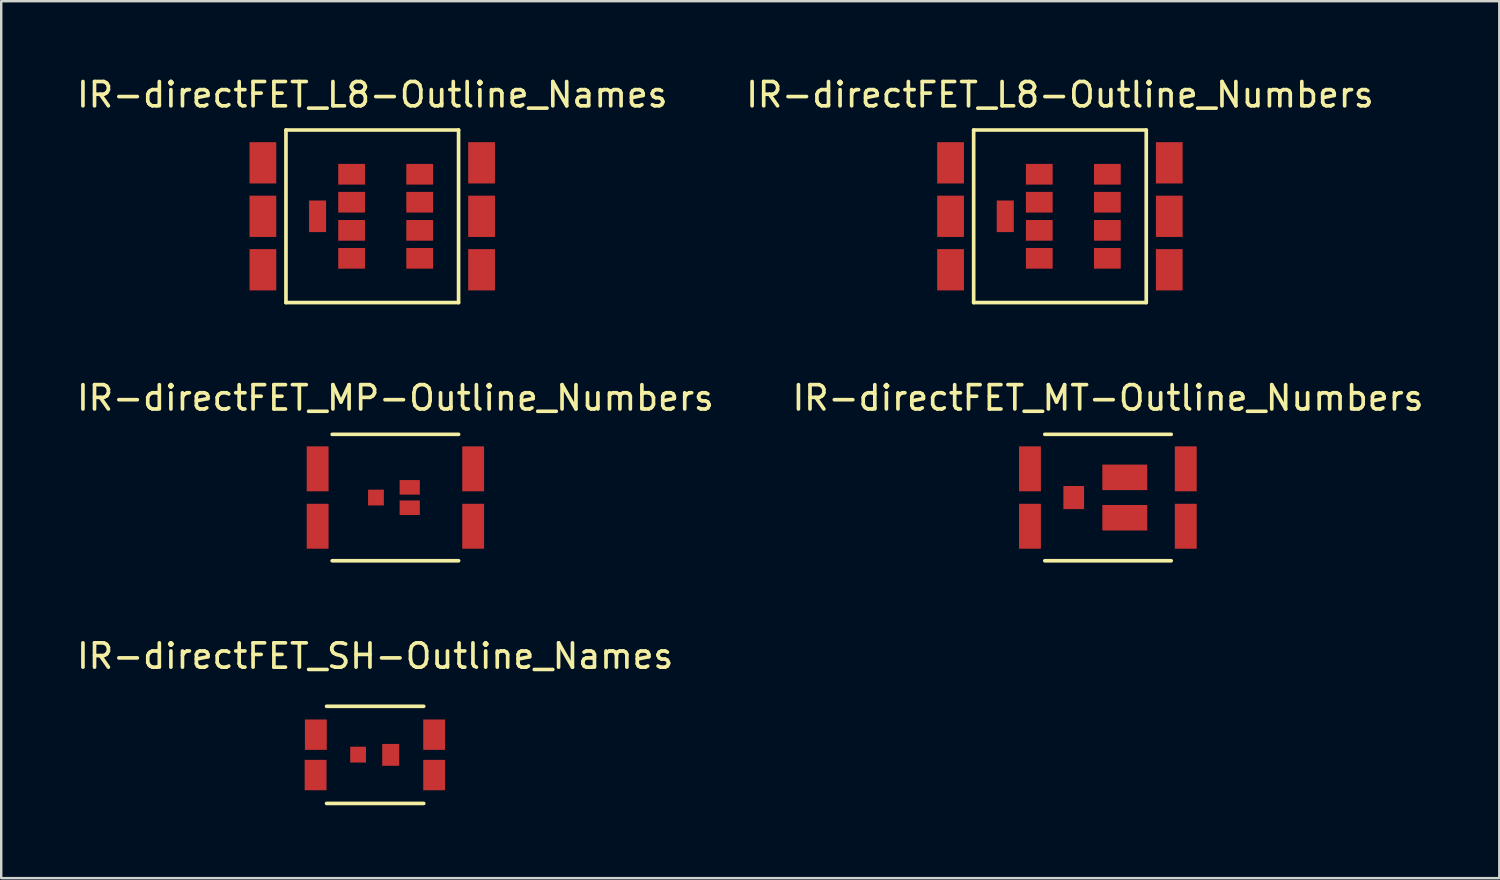
<source format=kicad_pcb>
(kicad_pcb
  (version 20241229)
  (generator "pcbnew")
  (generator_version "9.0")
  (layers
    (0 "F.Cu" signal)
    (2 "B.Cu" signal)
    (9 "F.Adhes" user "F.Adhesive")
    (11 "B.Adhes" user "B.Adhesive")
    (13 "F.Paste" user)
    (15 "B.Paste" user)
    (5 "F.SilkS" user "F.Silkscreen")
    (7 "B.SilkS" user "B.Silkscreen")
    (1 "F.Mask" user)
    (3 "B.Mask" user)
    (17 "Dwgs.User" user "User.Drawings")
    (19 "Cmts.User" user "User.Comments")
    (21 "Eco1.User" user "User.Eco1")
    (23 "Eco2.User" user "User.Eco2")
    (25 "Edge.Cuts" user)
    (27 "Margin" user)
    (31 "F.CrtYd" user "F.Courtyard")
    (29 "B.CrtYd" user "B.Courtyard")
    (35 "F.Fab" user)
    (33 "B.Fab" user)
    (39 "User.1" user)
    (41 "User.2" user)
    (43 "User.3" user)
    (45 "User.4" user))
  (footprint "IR-directFET_MT-Outline_Numbers"
    (layer "F.Cu")
    (at 42.542 17.423)
    (property "Reference" "IR-directFET_MT-Outline_Numbers" (at 0 -4.1 0) (layer "F.SilkS") (effects (font (size 1 1) (thickness 0.15))))
    (attr through_hole)
    (fp_line (start -2.601 -2.601) (end 2.601 -2.601) (stroke (width 0.15) (type solid)) (layer "F.SilkS"))
    (fp_line (start 2.601 2.601) (end -2.601 2.601) (stroke (width 0.15) (type solid)) (layer "F.SilkS"))
    (pad "1" smd rect (at 3.2 -1.181) (size 0.899 1.849) (layers "F.Cu" "F.Mask" "F.Paste"))
    (pad "2" smd rect (at 3.2 1.181) (size 0.899 1.849) (layers "F.Cu" "F.Mask" "F.Paste"))
    (pad "3" smd rect (at 0.691 -0.831) (size 1.849 1.049) (layers "F.Cu" "F.Mask" "F.Paste"))
    (pad "4" smd rect (at 0.691 0.831) (size 1.849 1.049) (layers "F.Cu" "F.Mask" "F.Paste"))
    (pad "5" smd rect (at -1.41 0) (size 0.851 0.95) (layers "F.Cu" "F.Mask" "F.Paste"))
    (pad "6" smd rect (at -3.211 -1.181) (size 0.899 1.849) (layers "F.Cu" "F.Mask" "F.Paste"))
    (pad "7" smd rect (at -3.211 1.181) (size 0.899 1.849) (layers "F.Cu" "F.Mask" "F.Paste")))
  (footprint "IR-directFET_SH-Outline_Names"
    (layer "F.Cu")
    (at 12.387 28.011)
    (property "Reference" "IR-directFET_SH-Outline_Names" (at 0 -4.064 0) (layer "F.SilkS") (effects (font (size 1 1) (thickness 0.15))))
    (attr through_hole)
    (fp_line (start -1.999 -1.999) (end 1.999 -1.999) (stroke (width 0.15) (type solid)) (layer "F.SilkS"))
    (fp_line (start 1.999 1.999) (end -1.999 1.999) (stroke (width 0.15) (type solid)) (layer "F.SilkS"))
    (pad "D" smd rect (at -2.451 0.831) (size 0.899 1.25) (layers "F.Cu" "F.Mask" "F.Paste"))
    (pad "D" smd rect (at -2.441 -0.831) (size 0.899 1.25) (layers "F.Cu" "F.Mask" "F.Paste"))
    (pad "D" smd rect (at 2.428 -0.831) (size 0.899 1.25) (layers "F.Cu" "F.Mask" "F.Paste"))
    (pad "D" smd rect (at 2.428 0.831) (size 0.899 1.25) (layers "F.Cu" "F.Mask" "F.Paste"))
    (pad "G" smd rect (at -0.701 -0.01) (size 0.65 0.65) (layers "F.Cu" "F.Mask" "F.Paste"))
    (pad "S" smd rect (at 0.64 0) (size 0.701 0.899) (layers "F.Cu" "F.Mask" "F.Paste")))
  (footprint "IR-directFET_L8-Outline_Names"
    (layer "F.Cu")
    (at 12.268 5.85)
    (property "Reference" "IR-directFET_L8-Outline_Names" (at 0 -5.001 0) (layer "F.SilkS") (effects (font (size 1 1) (thickness 0.15))))
    (attr through_hole)
    (fp_line (start -3.551 -3.551) (end 3.551 -3.551) (stroke (width 0.15) (type solid)) (layer "F.SilkS"))
    (fp_line (start -3.551 3.551) (end -3.551 -3.551) (stroke (width 0.15) (type solid)) (layer "F.SilkS"))
    (fp_line (start 3.551 -3.551) (end 3.551 3.551) (stroke (width 0.15) (type solid)) (layer "F.SilkS"))
    (fp_line (start 3.551 3.551) (end -3.551 3.551) (stroke (width 0.15) (type solid)) (layer "F.SilkS"))
    (pad "D" smd rect (at -4.501 -2.2) (size 1.1 1.699) (layers "F.Cu" "F.Mask" "F.Paste"))
    (pad "D" smd rect (at -4.501 0) (size 1.1 1.699) (layers "F.Cu" "F.Mask" "F.Paste"))
    (pad "D" smd rect (at -4.501 2.2) (size 1.1 1.699) (layers "F.Cu" "F.Mask" "F.Paste"))
    (pad "D" smd rect (at 4.498 -2.2) (size 1.1 1.699) (layers "F.Cu" "F.Mask" "F.Paste"))
    (pad "D" smd rect (at 4.498 0) (size 1.1 1.699) (layers "F.Cu" "F.Mask" "F.Paste"))
    (pad "D" smd rect (at 4.498 2.2) (size 1.1 1.699) (layers "F.Cu" "F.Mask" "F.Paste"))
    (pad "G" smd rect (at -2.25 0) (size 0.701 1.3) (layers "F.Cu" "F.Mask" "F.Paste"))
    (pad "S" smd rect (at -0.851 -1.73) (size 1.1 0.851) (layers "F.Cu" "F.Mask" "F.Paste"))
    (pad "S" smd rect (at -0.851 -0.579) (size 1.1 0.851) (layers "F.Cu" "F.Mask" "F.Paste"))
    (pad "S" smd rect (at -0.851 0.579) (size 1.1 0.851) (layers "F.Cu" "F.Mask" "F.Paste"))
    (pad "S" smd rect (at -0.851 1.73) (size 1.1 0.851) (layers "F.Cu" "F.Mask" "F.Paste"))
    (pad "S" smd rect (at 1.951 -1.73) (size 1.1 0.851) (layers "F.Cu" "F.Mask" "F.Paste"))
    (pad "S" smd rect (at 1.951 -0.579) (size 1.1 0.851) (layers "F.Cu" "F.Mask" "F.Paste"))
    (pad "S" smd rect (at 1.951 0.579) (size 1.1 0.851) (layers "F.Cu" "F.Mask" "F.Paste"))
    (pad "S" smd rect (at 1.951 1.73) (size 1.1 0.851) (layers "F.Cu" "F.Mask" "F.Paste")))
  (footprint "IR-directFET_L8-Outline_Numbers"
    (layer "F.Cu")
    (at 40.565 5.85)
    (property "Reference" "IR-directFET_L8-Outline_Numbers" (at 0 -5.001 0) (layer "F.SilkS") (effects (font (size 1 1) (thickness 0.15))))
    (attr through_hole)
    (fp_line (start -3.551 -3.551) (end 3.551 -3.551) (stroke (width 0.15) (type solid)) (layer "F.SilkS"))
    (fp_line (start -3.551 3.551) (end -3.551 -3.551) (stroke (width 0.15) (type solid)) (layer "F.SilkS"))
    (fp_line (start 3.551 -3.551) (end 3.551 3.551) (stroke (width 0.15) (type solid)) (layer "F.SilkS"))
    (fp_line (start 3.551 3.551) (end -3.551 3.551) (stroke (width 0.15) (type solid)) (layer "F.SilkS"))
    (pad "1" smd rect (at 4.498 -2.2) (size 1.1 1.699) (layers "F.Cu" "F.Mask" "F.Paste"))
    (pad "2" smd rect (at 4.498 0) (size 1.1 1.699) (layers "F.Cu" "F.Mask" "F.Paste"))
    (pad "3" smd rect (at 4.498 2.2) (size 1.1 1.699) (layers "F.Cu" "F.Mask" "F.Paste"))
    (pad "4" smd rect (at 1.951 -1.73) (size 1.1 0.851) (layers "F.Cu" "F.Mask" "F.Paste"))
    (pad "5" smd rect (at 1.951 -0.579) (size 1.1 0.851) (layers "F.Cu" "F.Mask" "F.Paste"))
    (pad "6" smd rect (at 1.951 0.579) (size 1.1 0.851) (layers "F.Cu" "F.Mask" "F.Paste"))
    (pad "7" smd rect (at 1.951 1.73) (size 1.1 0.851) (layers "F.Cu" "F.Mask" "F.Paste"))
    (pad "8" smd rect (at -0.851 -1.73) (size 1.1 0.851) (layers "F.Cu" "F.Mask" "F.Paste"))
    (pad "9" smd rect (at -0.851 -0.579) (size 1.1 0.851) (layers "F.Cu" "F.Mask" "F.Paste"))
    (pad "10" smd rect (at -0.851 0.579) (size 1.1 0.851) (layers "F.Cu" "F.Mask" "F.Paste"))
    (pad "11" smd rect (at -0.851 1.73) (size 1.1 0.851) (layers "F.Cu" "F.Mask" "F.Paste"))
    (pad "12" smd rect (at -2.25 0) (size 0.701 1.3) (layers "F.Cu" "F.Mask" "F.Paste"))
    (pad "13" smd rect (at -4.501 -2.2) (size 1.1 1.699) (layers "F.Cu" "F.Mask" "F.Paste"))
    (pad "14" smd rect (at -4.501 0) (size 1.1 1.699) (layers "F.Cu" "F.Mask" "F.Paste"))
    (pad "15" smd rect (at -4.501 2.2) (size 1.1 1.699) (layers "F.Cu" "F.Mask" "F.Paste")))
  (footprint "IR-directFET_MP-Outline_Numbers"
    (layer "F.Cu")
    (at 13.22 17.423)
    (property "Reference" "IR-directFET_MP-Outline_Numbers" (at 0 -4.1 0) (layer "F.SilkS") (effects (font (size 1 1) (thickness 0.15))))
    (attr through_hole)
    (fp_line (start -2.601 -2.601) (end 2.601 -2.601) (stroke (width 0.15) (type solid)) (layer "F.SilkS"))
    (fp_line (start 2.601 2.601) (end -2.601 2.601) (stroke (width 0.15) (type solid)) (layer "F.SilkS"))
    (pad "1" smd rect (at 3.2 -1.181) (size 0.899 1.849) (layers "F.Cu" "F.Mask" "F.Paste"))
    (pad "2" smd rect (at 3.2 1.181) (size 0.899 1.849) (layers "F.Cu" "F.Mask" "F.Paste"))
    (pad "3" smd rect (at 0.589 -0.419) (size 0.831 0.599) (layers "F.Cu" "F.Mask" "F.Paste"))
    (pad "4" smd rect (at 0.589 0.419) (size 0.831 0.599) (layers "F.Cu" "F.Mask" "F.Paste"))
    (pad "5" smd rect (at -0.8 0) (size 0.65 0.65) (layers "F.Cu" "F.Mask" "F.Paste"))
    (pad "6" smd rect (at -3.2 -1.181) (size 0.899 1.849) (layers "F.Cu" "F.Mask" "F.Paste"))
    (pad "7" smd rect (at -3.2 1.181) (size 0.899 1.849) (layers "F.Cu" "F.Mask" "F.Paste")))
  (gr_rect
    (start -3 -3)
    (end 58.643 33.085)
    (stroke (width 0.1) (type default))
    (fill no)
    (layer "Edge.Cuts")))
</source>
